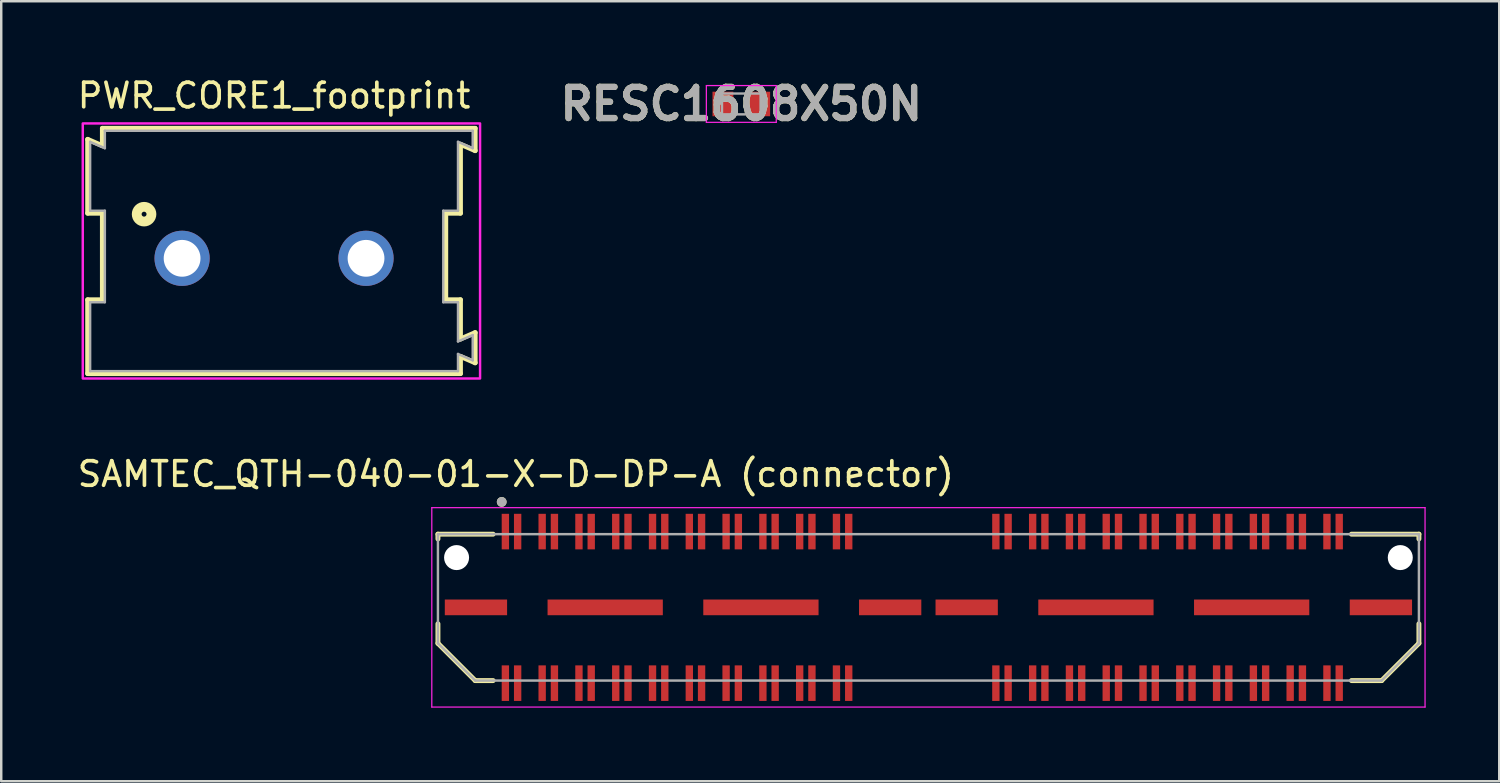
<source format=kicad_pcb>
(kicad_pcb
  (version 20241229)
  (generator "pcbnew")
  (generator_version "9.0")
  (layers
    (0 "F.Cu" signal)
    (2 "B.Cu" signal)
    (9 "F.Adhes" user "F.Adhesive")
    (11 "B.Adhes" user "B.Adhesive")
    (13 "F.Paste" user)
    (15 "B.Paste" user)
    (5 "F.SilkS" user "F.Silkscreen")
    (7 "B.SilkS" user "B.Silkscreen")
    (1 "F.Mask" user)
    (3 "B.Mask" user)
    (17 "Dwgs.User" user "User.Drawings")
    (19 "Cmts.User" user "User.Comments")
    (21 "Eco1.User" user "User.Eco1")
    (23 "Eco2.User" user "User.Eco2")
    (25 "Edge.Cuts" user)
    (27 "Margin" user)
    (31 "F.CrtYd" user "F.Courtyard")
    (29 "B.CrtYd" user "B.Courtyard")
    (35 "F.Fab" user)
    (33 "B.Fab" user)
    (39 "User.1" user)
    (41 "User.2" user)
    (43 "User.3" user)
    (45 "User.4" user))
  (footprint "PWR_CORE1_footprint"
    (layer "F.Cu")
    (at 8.125 7.483)
    (property "Reference" "PWR_CORE1_footprint" (at 0 -6.635 0) (layer "F.SilkS") (effects (font (size 1 1) (thickness 0.15))))
    (attr through_hole)
    (fp_line (start -7.6 -4.85) (end -7 -4.59) (stroke (width 0.2) (type solid)) (layer "F.SilkS"))
    (fp_line (start -7.6 -1.84) (end -7.6 -4.85) (stroke (width 0.2) (type solid)) (layer "F.SilkS"))
    (fp_line (start -7.6 1.69) (end -7 1.69) (stroke (width 0.2) (type solid)) (layer "F.SilkS"))
    (fp_line (start -7.6 4.7) (end -7.6 1.69) (stroke (width 0.2) (type solid)) (layer "F.SilkS"))
    (fp_line (start -7 -5.3) (end 8.2 -5.3) (stroke (width 0.2) (type solid)) (layer "F.SilkS"))
    (fp_line (start -7 -4.59) (end -7 -5.3) (stroke (width 0.2) (type solid)) (layer "F.SilkS"))
    (fp_line (start -7 -1.84) (end -7.6 -1.84) (stroke (width 0.2) (type solid)) (layer "F.SilkS"))
    (fp_line (start -7 1.69) (end -7 -1.84) (stroke (width 0.2) (type solid)) (layer "F.SilkS"))
    (fp_line (start 7 -1.84) (end 7 1.69) (stroke (width 0.2) (type solid)) (layer "F.SilkS"))
    (fp_line (start 7 1.69) (end 7.6 1.69) (stroke (width 0.2) (type solid)) (layer "F.SilkS"))
    (fp_line (start 7.6 -4.65) (end 7.6 -1.84) (stroke (width 0.2) (type solid)) (layer "F.SilkS"))
    (fp_line (start 7.6 -1.84) (end 7 -1.84) (stroke (width 0.2) (type solid)) (layer "F.SilkS"))
    (fp_line (start 7.6 1.69) (end 7.6 3.29) (stroke (width 0.2) (type solid)) (layer "F.SilkS"))
    (fp_line (start 7.6 3.29) (end 8.2 3.03) (stroke (width 0.2) (type solid)) (layer "F.SilkS"))
    (fp_line (start 7.6 4) (end 7.6 4.7) (stroke (width 0.2) (type solid)) (layer "F.SilkS"))
    (fp_line (start 7.6 4.7) (end -7.6 4.7) (stroke (width 0.2) (type solid)) (layer "F.SilkS"))
    (fp_line (start 8.2 -5.3) (end 8.2 -4.39) (stroke (width 0.2) (type solid)) (layer "F.SilkS"))
    (fp_line (start 8.2 -4.39) (end 7.6 -4.65) (stroke (width 0.2) (type solid)) (layer "F.SilkS"))
    (fp_line (start 8.2 3.03) (end 8.2 4.26) (stroke (width 0.2) (type solid)) (layer "F.SilkS"))
    (fp_line (start 8.2 4.26) (end 7.6 4) (stroke (width 0.2) (type solid)) (layer "F.SilkS"))
    (fp_circle (center -5.3 -1.8) (end -5.2 -1.8) (stroke (width 0.4) (type solid)) (fill no) (layer "F.SilkS"))
    (fp_poly (pts (xy -7.8 -5.5) (xy 8.4 -5.5) (xy 8.4 4.9) (xy -7.8 4.9)) (stroke (width 0.1) (type solid)) (fill no) (layer "F.CrtYd"))
    (fp_line (start -7.5 -4.75) (end -7.5 -1.94) (stroke (width 0.1) (type solid)) (layer "F.Fab"))
    (fp_line (start -7.5 -4.75) (end -6.9 -4.49) (stroke (width 0.1) (type solid)) (layer "F.Fab"))
    (fp_line (start -7.5 -1.94) (end -6.9 -1.94) (stroke (width 0.1) (type solid)) (layer "F.Fab"))
    (fp_line (start -7.5 1.79) (end -7.5 4.6) (stroke (width 0.1) (type solid)) (layer "F.Fab"))
    (fp_line (start -7.5 4.6) (end 7.5 4.6) (stroke (width 0.1) (type solid)) (layer "F.Fab"))
    (fp_line (start -6.9 -5.2) (end 8.1 -5.2) (stroke (width 0.1) (type solid)) (layer "F.Fab"))
    (fp_line (start -6.9 -4.49) (end -6.9 -5.2) (stroke (width 0.1) (type solid)) (layer "F.Fab"))
    (fp_line (start -6.9 -1.94) (end -6.9 1.79) (stroke (width 0.1) (type solid)) (layer "F.Fab"))
    (fp_line (start -6.9 1.79) (end -7.5 1.79) (stroke (width 0.1) (type solid)) (layer "F.Fab"))
    (fp_line (start 6.9 -1.94) (end 6.9 1.79) (stroke (width 0.1) (type solid)) (layer "F.Fab"))
    (fp_line (start 6.9 1.79) (end 7.5 1.79) (stroke (width 0.1) (type solid)) (layer "F.Fab"))
    (fp_line (start 7.5 -4.75) (end 7.5 -1.94) (stroke (width 0.1) (type solid)) (layer "F.Fab"))
    (fp_line (start 7.5 -1.94) (end 6.9 -1.94) (stroke (width 0.1) (type solid)) (layer "F.Fab"))
    (fp_line (start 7.5 1.79) (end 7.5 3.39) (stroke (width 0.1) (type solid)) (layer "F.Fab"))
    (fp_line (start 7.5 3.39) (end 8.1 3.13) (stroke (width 0.1) (type solid)) (layer "F.Fab"))
    (fp_line (start 7.5 3.9) (end 7.5 4.6) (stroke (width 0.1) (type solid)) (layer "F.Fab"))
    (fp_line (start 7.5 3.9) (end 8.1 4.16) (stroke (width 0.1) (type solid)) (layer "F.Fab"))
    (fp_line (start 8.1 -5.2) (end 8.1 -4.49) (stroke (width 0.1) (type solid)) (layer "F.Fab"))
    (fp_line (start 8.1 -4.49) (end 7.5 -4.75) (stroke (width 0.1) (type solid)) (layer "F.Fab"))
    (fp_line (start 8.1 3.13) (end 8.1 4.16) (stroke (width 0.1) (type solid)) (layer "F.Fab"))
    (pad "1" thru_hole circle (at -3.75 0) (size 2.25 2.25) (drill 1.5) (layers "*.Cu" "*.Mask"))
    (pad "2" thru_hole circle (at 3.75 0) (size 2.25 2.25) (drill 1.5) (layers "*.Cu" "*.Mask")))
  (footprint "SAMTEC_QTH-040-01-X-D-DP-A (connector)"
    (layer "F.Cu")
    (at 34.807 21.716)
    (property "Reference" "SAMTEC_QTH-040-01-X-D-DP-A (connector)" (at -16.825 -5.435 0) (layer "F.SilkS") (effects (font (size 1 1) (thickness 0.15))))
    (attr smd)
    (fp_line (start -20 -2.985) (end -17.75 -2.985) (stroke (width 0.2) (type solid)) (layer "F.SilkS"))
    (fp_line (start -20 -2.79) (end -20 -2.985) (stroke (width 0.2) (type solid)) (layer "F.SilkS"))
    (fp_line (start -20 0.67) (end -20 1.465) (stroke (width 0.2) (type solid)) (layer "F.SilkS"))
    (fp_line (start -20 1.465) (end -18.48 2.985) (stroke (width 0.2) (type solid)) (layer "F.SilkS"))
    (fp_line (start -18.48 2.985) (end -17.75 2.985) (stroke (width 0.2) (type solid)) (layer "F.SilkS"))
    (fp_line (start 18.48 2.985) (end 17.25 2.985) (stroke (width 0.2) (type solid)) (layer "F.SilkS"))
    (fp_line (start 20 -2.985) (end 17.25 -2.985) (stroke (width 0.2) (type solid)) (layer "F.SilkS"))
    (fp_line (start 20 -2.79) (end 20 -2.985) (stroke (width 0.2) (type solid)) (layer "F.SilkS"))
    (fp_line (start 20 0.67) (end 20 1.465) (stroke (width 0.2) (type solid)) (layer "F.SilkS"))
    (fp_line (start 20 1.465) (end 18.48 2.985) (stroke (width 0.2) (type solid)) (layer "F.SilkS"))
    (fp_circle (center -17.4 -4.3) (end -17.3 -4.3) (stroke (width 0.2) (type solid)) (fill no) (layer "F.SilkS"))
    (fp_line (start -20.25 -4.065) (end 20.25 -4.065) (stroke (width 0.05) (type solid)) (layer "F.CrtYd"))
    (fp_line (start -20.25 4.065) (end -20.25 -4.065) (stroke (width 0.05) (type solid)) (layer "F.CrtYd"))
    (fp_line (start 20.25 -4.065) (end 20.25 4.065) (stroke (width 0.05) (type solid)) (layer "F.CrtYd"))
    (fp_line (start 20.25 4.065) (end -20.25 4.065) (stroke (width 0.05) (type solid)) (layer "F.CrtYd"))
    (fp_line (start -20 -2.985) (end 20 -2.985) (stroke (width 0.1) (type solid)) (layer "F.Fab"))
    (fp_line (start -20 1.465) (end -20 -2.985) (stroke (width 0.1) (type solid)) (layer "F.Fab"))
    (fp_line (start -18.48 2.985) (end -20 1.465) (stroke (width 0.1) (type solid)) (layer "F.Fab"))
    (fp_line (start 18.48 2.985) (end -18.48 2.985) (stroke (width 0.1) (type solid)) (layer "F.Fab"))
    (fp_line (start 20 -2.985) (end 20 1.465) (stroke (width 0.1) (type solid)) (layer "F.Fab"))
    (fp_line (start 20 1.465) (end 18.48 2.985) (stroke (width 0.1) (type solid)) (layer "F.Fab"))
    (fp_circle (center -17.4 -4.3) (end -17.3 -4.3) (stroke (width 0.2) (type solid)) (fill no) (layer "F.Fab"))
    (pad "" np_thru_hole circle (at -19.24 -2.03) (size 1.02 1.02) (drill 1.02) (layers "*.Cu" "*.Mask"))
    (pad "" np_thru_hole circle (at 19.24 -2.03) (size 1.02 1.02) (drill 1.02) (layers "*.Cu" "*.Mask"))
    (pad "01" smd rect (at -17.25 -3.09) (size 0.3 1.45) (layers "F.Cu" "F.Mask" "F.Paste"))
    (pad "02" smd rect (at -17.25 3.09) (size 0.3 1.45) (layers "F.Cu" "F.Mask" "F.Paste"))
    (pad "03" smd rect (at -16.75 -3.09) (size 0.3 1.45) (layers "F.Cu" "F.Mask" "F.Paste"))
    (pad "04" smd rect (at -16.75 3.09) (size 0.3 1.45) (layers "F.Cu" "F.Mask" "F.Paste"))
    (pad "05" smd rect (at -15.75 -3.09) (size 0.3 1.45) (layers "F.Cu" "F.Mask" "F.Paste"))
    (pad "06" smd rect (at -15.75 3.09) (size 0.3 1.45) (layers "F.Cu" "F.Mask" "F.Paste"))
    (pad "07" smd rect (at -15.25 -3.09) (size 0.3 1.45) (layers "F.Cu" "F.Mask" "F.Paste"))
    (pad "08" smd rect (at -15.25 3.09) (size 0.3 1.45) (layers "F.Cu" "F.Mask" "F.Paste"))
    (pad "09" smd rect (at -14.25 -3.09) (size 0.3 1.45) (layers "F.Cu" "F.Mask" "F.Paste"))
    (pad "10" smd rect (at -14.25 3.09) (size 0.3 1.45) (layers "F.Cu" "F.Mask" "F.Paste"))
    (pad "11" smd rect (at -13.75 -3.09) (size 0.3 1.45) (layers "F.Cu" "F.Mask" "F.Paste"))
    (pad "12" smd rect (at -13.75 3.09) (size 0.3 1.45) (layers "F.Cu" "F.Mask" "F.Paste"))
    (pad "13" smd rect (at -12.75 -3.09) (size 0.3 1.45) (layers "F.Cu" "F.Mask" "F.Paste"))
    (pad "14" smd rect (at -12.75 3.09) (size 0.3 1.45) (layers "F.Cu" "F.Mask" "F.Paste"))
    (pad "15" smd rect (at -12.25 -3.09) (size 0.3 1.45) (layers "F.Cu" "F.Mask" "F.Paste"))
    (pad "16" smd rect (at -12.25 3.09) (size 0.3 1.45) (layers "F.Cu" "F.Mask" "F.Paste"))
    (pad "17" smd rect (at -11.25 -3.09) (size 0.3 1.45) (layers "F.Cu" "F.Mask" "F.Paste"))
    (pad "18" smd rect (at -11.25 3.09) (size 0.3 1.45) (layers "F.Cu" "F.Mask" "F.Paste"))
    (pad "19" smd rect (at -10.75 -3.09) (size 0.3 1.45) (layers "F.Cu" "F.Mask" "F.Paste"))
    (pad "20" smd rect (at -10.75 3.09) (size 0.3 1.45) (layers "F.Cu" "F.Mask" "F.Paste"))
    (pad "21" smd rect (at -9.75 -3.09) (size 0.3 1.45) (layers "F.Cu" "F.Mask" "F.Paste"))
    (pad "22" smd rect (at -9.75 3.09) (size 0.3 1.45) (layers "F.Cu" "F.Mask" "F.Paste"))
    (pad "23" smd rect (at -9.25 -3.09) (size 0.3 1.45) (layers "F.Cu" "F.Mask" "F.Paste"))
    (pad "24" smd rect (at -9.25 3.09) (size 0.3 1.45) (layers "F.Cu" "F.Mask" "F.Paste"))
    (pad "25" smd rect (at -8.25 -3.09) (size 0.3 1.45) (layers "F.Cu" "F.Mask" "F.Paste"))
    (pad "26" smd rect (at -8.25 3.09) (size 0.3 1.45) (layers "F.Cu" "F.Mask" "F.Paste"))
    (pad "27" smd rect (at -7.75 -3.09) (size 0.3 1.45) (layers "F.Cu" "F.Mask" "F.Paste"))
    (pad "28" smd rect (at -7.75 3.09) (size 0.3 1.45) (layers "F.Cu" "F.Mask" "F.Paste"))
    (pad "29" smd rect (at -6.75 -3.09) (size 0.3 1.45) (layers "F.Cu" "F.Mask" "F.Paste"))
    (pad "30" smd rect (at -6.75 3.09) (size 0.3 1.45) (layers "F.Cu" "F.Mask" "F.Paste"))
    (pad "31" smd rect (at -6.25 -3.09) (size 0.3 1.45) (layers "F.Cu" "F.Mask" "F.Paste"))
    (pad "32" smd rect (at -6.25 3.09) (size 0.3 1.45) (layers "F.Cu" "F.Mask" "F.Paste"))
    (pad "33" smd rect (at -5.25 -3.09) (size 0.3 1.45) (layers "F.Cu" "F.Mask" "F.Paste"))
    (pad "34" smd rect (at -5.25 3.09) (size 0.3 1.45) (layers "F.Cu" "F.Mask" "F.Paste"))
    (pad "35" smd rect (at -4.75 -3.09) (size 0.3 1.45) (layers "F.Cu" "F.Mask" "F.Paste"))
    (pad "36" smd rect (at -4.75 3.09) (size 0.3 1.45) (layers "F.Cu" "F.Mask" "F.Paste"))
    (pad "37" smd rect (at -3.75 -3.09) (size 0.3 1.45) (layers "F.Cu" "F.Mask" "F.Paste"))
    (pad "38" smd rect (at -3.75 3.09) (size 0.3 1.45) (layers "F.Cu" "F.Mask" "F.Paste"))
    (pad "39" smd rect (at -3.25 -3.09) (size 0.3 1.45) (layers "F.Cu" "F.Mask" "F.Paste"))
    (pad "40" smd rect (at -3.25 3.09) (size 0.3 1.45) (layers "F.Cu" "F.Mask" "F.Paste"))
    (pad "41" smd rect (at 2.75 -3.09) (size 0.3 1.45) (layers "F.Cu" "F.Mask" "F.Paste"))
    (pad "42" smd rect (at 2.75 3.09) (size 0.3 1.45) (layers "F.Cu" "F.Mask" "F.Paste"))
    (pad "43" smd rect (at 3.25 -3.09) (size 0.3 1.45) (layers "F.Cu" "F.Mask" "F.Paste"))
    (pad "44" smd rect (at 3.25 3.09) (size 0.3 1.45) (layers "F.Cu" "F.Mask" "F.Paste"))
    (pad "45" smd rect (at 4.25 -3.09) (size 0.3 1.45) (layers "F.Cu" "F.Mask" "F.Paste"))
    (pad "46" smd rect (at 4.25 3.09) (size 0.3 1.45) (layers "F.Cu" "F.Mask" "F.Paste"))
    (pad "47" smd rect (at 4.75 -3.09) (size 0.3 1.45) (layers "F.Cu" "F.Mask" "F.Paste"))
    (pad "48" smd rect (at 4.75 3.09) (size 0.3 1.45) (layers "F.Cu" "F.Mask" "F.Paste"))
    (pad "49" smd rect (at 5.75 -3.09) (size 0.3 1.45) (layers "F.Cu" "F.Mask" "F.Paste"))
    (pad "50" smd rect (at 5.75 3.09) (size 0.3 1.45) (layers "F.Cu" "F.Mask" "F.Paste"))
    (pad "51" smd rect (at 6.25 -3.09) (size 0.3 1.45) (layers "F.Cu" "F.Mask" "F.Paste"))
    (pad "52" smd rect (at 6.25 3.09) (size 0.3 1.45) (layers "F.Cu" "F.Mask" "F.Paste"))
    (pad "53" smd rect (at 7.25 -3.09) (size 0.3 1.45) (layers "F.Cu" "F.Mask" "F.Paste"))
    (pad "54" smd rect (at 7.25 3.09) (size 0.3 1.45) (layers "F.Cu" "F.Mask" "F.Paste"))
    (pad "55" smd rect (at 7.75 -3.09) (size 0.3 1.45) (layers "F.Cu" "F.Mask" "F.Paste"))
    (pad "56" smd rect (at 7.75 3.09) (size 0.3 1.45) (layers "F.Cu" "F.Mask" "F.Paste"))
    (pad "57" smd rect (at 8.75 -3.09) (size 0.3 1.45) (layers "F.Cu" "F.Mask" "F.Paste"))
    (pad "58" smd rect (at 8.75 3.09) (size 0.3 1.45) (layers "F.Cu" "F.Mask" "F.Paste"))
    (pad "59" smd rect (at 9.25 -3.09) (size 0.3 1.45) (layers "F.Cu" "F.Mask" "F.Paste"))
    (pad "60" smd rect (at 9.25 3.09) (size 0.3 1.45) (layers "F.Cu" "F.Mask" "F.Paste"))
    (pad "61" smd rect (at 10.25 -3.09) (size 0.3 1.45) (layers "F.Cu" "F.Mask" "F.Paste"))
    (pad "62" smd rect (at 10.25 3.09) (size 0.3 1.45) (layers "F.Cu" "F.Mask" "F.Paste"))
    (pad "63" smd rect (at 10.75 -3.09) (size 0.3 1.45) (layers "F.Cu" "F.Mask" "F.Paste"))
    (pad "64" smd rect (at 10.75 3.09) (size 0.3 1.45) (layers "F.Cu" "F.Mask" "F.Paste"))
    (pad "65" smd rect (at 11.75 -3.09) (size 0.3 1.45) (layers "F.Cu" "F.Mask" "F.Paste"))
    (pad "66" smd rect (at 11.75 3.09) (size 0.3 1.45) (layers "F.Cu" "F.Mask" "F.Paste"))
    (pad "67" smd rect (at 12.25 -3.09) (size 0.3 1.45) (layers "F.Cu" "F.Mask" "F.Paste"))
    (pad "68" smd rect (at 12.25 3.09) (size 0.3 1.45) (layers "F.Cu" "F.Mask" "F.Paste"))
    (pad "69" smd rect (at 13.25 -3.09) (size 0.3 1.45) (layers "F.Cu" "F.Mask" "F.Paste"))
    (pad "70" smd rect (at 13.25 3.09) (size 0.3 1.45) (layers "F.Cu" "F.Mask" "F.Paste"))
    (pad "71" smd rect (at 13.75 -3.09) (size 0.3 1.45) (layers "F.Cu" "F.Mask" "F.Paste"))
    (pad "72" smd rect (at 13.75 3.09) (size 0.3 1.45) (layers "F.Cu" "F.Mask" "F.Paste"))
    (pad "73" smd rect (at 14.75 -3.09) (size 0.3 1.45) (layers "F.Cu" "F.Mask" "F.Paste"))
    (pad "74" smd rect (at 14.75 3.09) (size 0.3 1.45) (layers "F.Cu" "F.Mask" "F.Paste"))
    (pad "75" smd rect (at 15.25 -3.09) (size 0.3 1.45) (layers "F.Cu" "F.Mask" "F.Paste"))
    (pad "76" smd rect (at 15.25 3.09) (size 0.3 1.45) (layers "F.Cu" "F.Mask" "F.Paste"))
    (pad "77" smd rect (at 16.25 -3.09) (size 0.3 1.45) (layers "F.Cu" "F.Mask" "F.Paste"))
    (pad "78" smd rect (at 16.25 3.09) (size 0.3 1.45) (layers "F.Cu" "F.Mask" "F.Paste"))
    (pad "79" smd rect (at 16.75 -3.09) (size 0.3 1.45) (layers "F.Cu" "F.Mask" "F.Paste"))
    (pad "80" smd rect (at 16.75 3.09) (size 0.3 1.45) (layers "F.Cu" "F.Mask" "F.Paste"))
    (pad "G1" smd rect (at -18.45 0) (size 2.54 0.64) (layers "F.Cu" "F.Mask" "F.Paste"))
    (pad "G2" smd rect (at -13.18 0) (size 4.7 0.64) (layers "F.Cu" "F.Mask" "F.Paste"))
    (pad "G3" smd rect (at -6.83 0) (size 4.7 0.64) (layers "F.Cu" "F.Mask" "F.Paste"))
    (pad "G4" smd rect (at -1.56 0) (size 2.54 0.64) (layers "F.Cu" "F.Mask" "F.Paste"))
    (pad "G5" smd rect (at 1.56 0) (size 2.54 0.64) (layers "F.Cu" "F.Mask" "F.Paste"))
    (pad "G6" smd rect (at 6.83 0) (size 4.7 0.64) (layers "F.Cu" "F.Mask" "F.Paste"))
    (pad "G7" smd rect (at 13.18 0) (size 4.7 0.64) (layers "F.Cu" "F.Mask" "F.Paste"))
    (pad "G8" smd rect (at 18.45 0) (size 2.54 0.64) (layers "F.Cu" "F.Mask" "F.Paste")))
  (footprint "RESC1608X50N"
    (layer "F.Cu")
    (at 27.177 1.189)
    (property "Reference" "RESC1608X50N" (at 0 0 0) (layer "F.SilkS") (effects (font (size 1.27 1.27) (thickness 0.254))))
    (attr smd)
    (fp_line (start -1.425 -0.75) (end 1.425 -0.75) (stroke (width 0.05) (type solid)) (layer "F.CrtYd"))
    (fp_line (start -1.425 0.75) (end -1.425 -0.75) (stroke (width 0.05) (type solid)) (layer "F.CrtYd"))
    (fp_line (start 1.425 -0.75) (end 1.425 0.75) (stroke (width 0.05) (type solid)) (layer "F.CrtYd"))
    (fp_line (start 1.425 0.75) (end -1.425 0.75) (stroke (width 0.05) (type solid)) (layer "F.CrtYd"))
    (fp_line (start -0.788 -0.425) (end 0.788 -0.425) (stroke (width 0.1) (type solid)) (layer "F.Fab"))
    (fp_line (start -0.788 0.425) (end -0.788 -0.425) (stroke (width 0.1) (type solid)) (layer "F.Fab"))
    (fp_line (start 0.788 -0.425) (end 0.788 0.425) (stroke (width 0.1) (type solid)) (layer "F.Fab"))
    (fp_line (start 0.788 0.425) (end -0.788 0.425) (stroke (width 0.1) (type solid)) (layer "F.Fab"))
    (fp_text user "${REFERENCE}" (at 0 0 0) (layer "F.Fab") (effects (font (size 1.27 1.27) (thickness 0.254))))
    (pad "1" smd rect (at -0.75 0) (size 0.85 1) (layers "F.Cu" "F.Mask" "F.Paste"))
    (pad "2" smd rect (at 0.75 0) (size 0.85 1) (layers "F.Cu" "F.Mask" "F.Paste")))
  (gr_rect
    (start -3 -3)
    (end 58.082 28.806)
    (stroke (width 0.1) (type default))
    (fill no)
    (layer "Edge.Cuts")))
</source>
